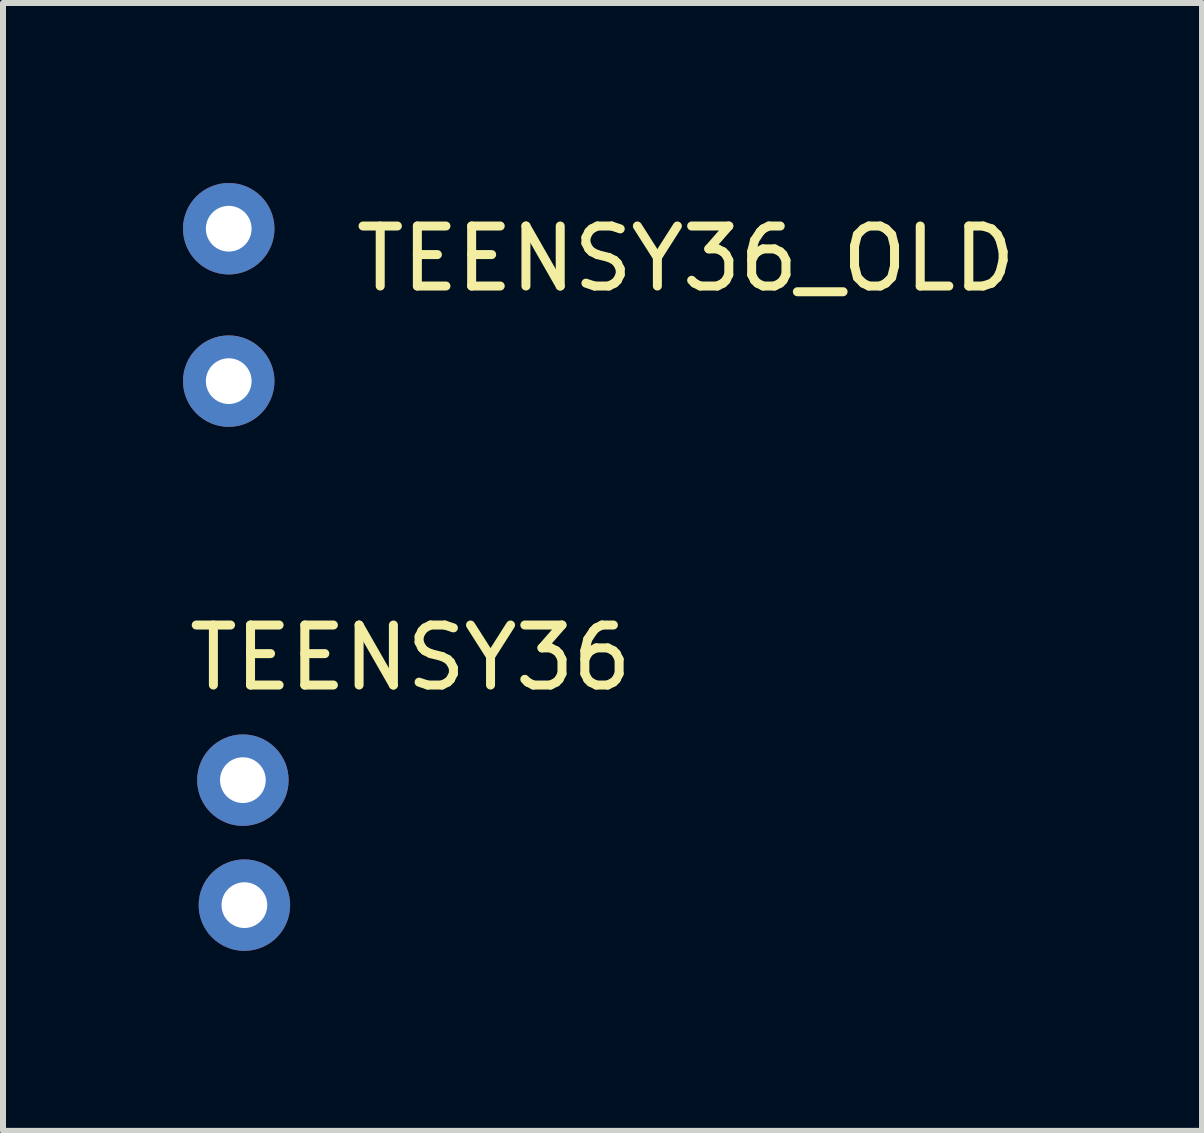
<source format=kicad_pcb>
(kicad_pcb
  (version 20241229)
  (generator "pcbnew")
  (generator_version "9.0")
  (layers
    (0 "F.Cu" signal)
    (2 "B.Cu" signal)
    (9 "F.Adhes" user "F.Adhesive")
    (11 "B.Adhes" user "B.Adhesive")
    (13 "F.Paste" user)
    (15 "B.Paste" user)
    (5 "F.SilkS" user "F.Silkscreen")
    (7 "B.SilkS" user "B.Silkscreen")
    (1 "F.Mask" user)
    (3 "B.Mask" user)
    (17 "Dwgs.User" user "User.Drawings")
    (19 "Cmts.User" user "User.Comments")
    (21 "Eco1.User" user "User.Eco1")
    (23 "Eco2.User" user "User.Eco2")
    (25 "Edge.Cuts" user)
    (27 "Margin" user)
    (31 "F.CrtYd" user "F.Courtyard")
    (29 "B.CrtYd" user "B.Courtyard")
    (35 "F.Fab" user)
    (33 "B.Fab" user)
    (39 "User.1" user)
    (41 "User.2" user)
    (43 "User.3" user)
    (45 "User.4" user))
  (footprint "TEENSY36_OLD"
    (layer "F.Cu")
    (at 8.382 0.762)
    (property "Reference" "TEENSY36_OLD" (at 0 0.5 0) (layer "F.SilkS") (effects (font (size 1 1) (thickness 0.15))))
    (attr through_hole)
    (pad "1" thru_hole circle (at -7.62 0) (size 1.524 1.524) (drill 0.762) (layers "*.Cu" "*.Mask"))
    (pad "2" thru_hole circle (at -7.62 2.54) (size 1.524 1.524) (drill 0.762) (layers "*.Cu" "*.Mask")))
  (footprint "TEENSY36"
    (layer "F.Cu")
    (at 3.792 7.412)
    (property "Reference" "TEENSY36" (at 0 0.5 0) (layer "F.SilkS") (effects (font (size 1 1) (thickness 0.15))))
    (attr through_hole)
    (pad "1" thru_hole circle (at -2.794 2.54) (size 1.524 1.524) (drill 0.762) (layers "*.Cu" "*.Mask"))
    (pad "2" thru_hole circle (at -2.769 4.623) (size 1.524 1.524) (drill 0.762) (layers "*.Cu" "*.Mask")))
  (gr_rect
    (start -3 -3)
    (end 16.983 15.797)
    (stroke (width 0.1) (type default))
    (fill no)
    (layer "Edge.Cuts")))
</source>
